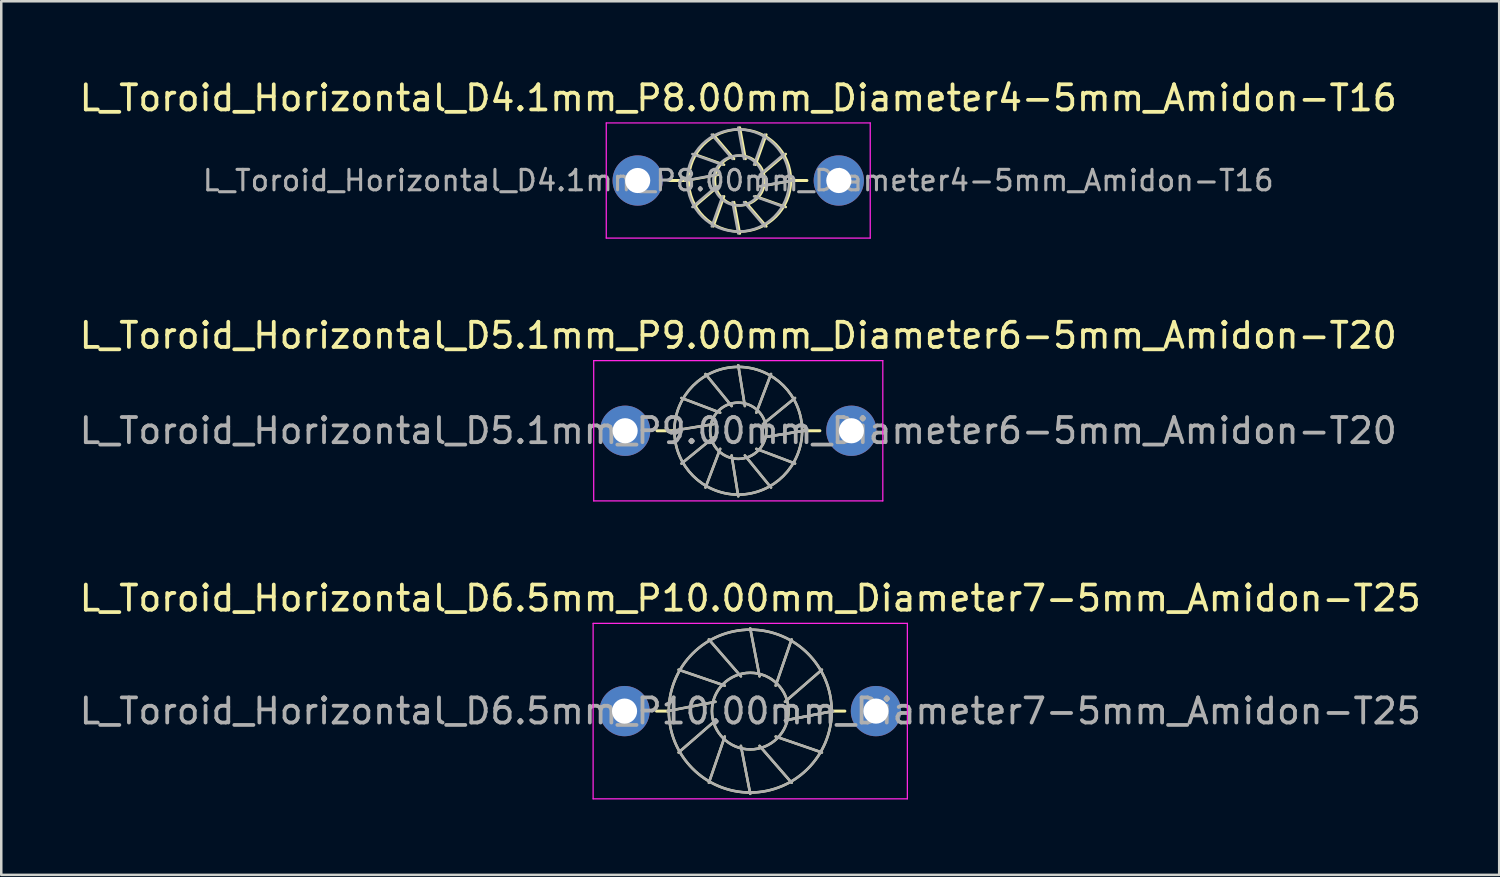
<source format=kicad_pcb>
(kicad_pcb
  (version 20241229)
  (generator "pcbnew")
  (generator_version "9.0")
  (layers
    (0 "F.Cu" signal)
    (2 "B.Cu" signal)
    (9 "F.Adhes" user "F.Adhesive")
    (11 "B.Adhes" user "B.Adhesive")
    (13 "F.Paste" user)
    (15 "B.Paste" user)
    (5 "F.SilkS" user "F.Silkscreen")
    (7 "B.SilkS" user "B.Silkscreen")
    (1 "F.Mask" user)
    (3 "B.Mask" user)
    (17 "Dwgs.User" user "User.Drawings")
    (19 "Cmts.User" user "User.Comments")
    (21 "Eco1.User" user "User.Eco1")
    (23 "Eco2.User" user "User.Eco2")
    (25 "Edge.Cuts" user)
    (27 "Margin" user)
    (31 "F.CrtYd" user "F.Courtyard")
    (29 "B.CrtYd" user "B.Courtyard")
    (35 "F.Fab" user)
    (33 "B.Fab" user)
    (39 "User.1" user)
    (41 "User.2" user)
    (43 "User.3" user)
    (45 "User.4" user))
  (footprint "L_Toroid_Horizontal_D6.5mm_P10.00mm_Diameter7-5mm_Amidon-T25"
    (layer "F.Cu")
    (at 21.792 25.235)
    (property "Reference" "L_Toroid_Horizontal_D6.5mm_P10.00mm_Diameter7-5mm_Amidon-T25" (at 5 -4.489 0) (layer "F.SilkS") (effects (font (size 1 1) (thickness 0.15))))
    (attr through_hole)
    (fp_line (start 1.27 0) (end 1.709 0.000305) (stroke (width 0.12) (type solid)) (layer "F.SilkS"))
    (fp_line (start 1.709 0.000305) (end 3.617 -0.371) (stroke (width 0.1) (type solid)) (layer "F.SilkS"))
    (fp_line (start 2.149 -1.645) (end 3.987 -1.013) (stroke (width 0.1) (type solid)) (layer "F.SilkS"))
    (fp_line (start 2.15 1.646) (end 3.617 0.371) (stroke (width 0.1) (type solid)) (layer "F.SilkS"))
    (fp_line (start 3.354 -2.85) (end 4.629 -1.383) (stroke (width 0.1) (type solid)) (layer "F.SilkS"))
    (fp_line (start 3.355 2.85) (end 3.987 1.013) (stroke (width 0.1) (type solid)) (layer "F.SilkS"))
    (fp_line (start 5 -3.291) (end 5.37 -1.383) (stroke (width 0.1) (type solid)) (layer "F.SilkS"))
    (fp_line (start 5 3.291) (end 4.629 1.383) (stroke (width 0.1) (type solid)) (layer "F.SilkS"))
    (fp_line (start 6.645 -2.851) (end 6.012 -1.013) (stroke (width 0.1) (type solid)) (layer "F.SilkS"))
    (fp_line (start 6.646 2.85) (end 5.371 1.383) (stroke (width 0.1) (type solid)) (layer "F.SilkS"))
    (fp_line (start 7.85 -1.646) (end 6.383 -0.371) (stroke (width 0.1) (type solid)) (layer "F.SilkS"))
    (fp_line (start 7.85 1.646) (end 6.013 1.013) (stroke (width 0.1) (type solid)) (layer "F.SilkS"))
    (fp_line (start 8.291 0) (end 6.383 0.371) (stroke (width 0.1) (type solid)) (layer "F.SilkS"))
    (fp_line (start 8.763 0) (end 8.291 0) (stroke (width 0.12) (type solid)) (layer "F.SilkS"))
    (fp_circle (center 5 0) (end 6.524 0) (stroke (width 0.1) (type solid)) (fill no) (layer "F.SilkS"))
    (fp_circle (center 5 0) (end 8.239 0) (stroke (width 0.1) (type solid)) (fill no) (layer "F.SilkS"))
    (fp_line (start -1.25 -3.49) (end -1.25 3.49) (stroke (width 0.05) (type solid)) (layer "F.CrtYd"))
    (fp_line (start -1.25 3.49) (end 11.25 3.49) (stroke (width 0.05) (type solid)) (layer "F.CrtYd"))
    (fp_line (start 11.25 -3.49) (end -1.25 -3.49) (stroke (width 0.05) (type solid)) (layer "F.CrtYd"))
    (fp_line (start 11.25 3.49) (end 11.25 -3.49) (stroke (width 0.05) (type solid)) (layer "F.CrtYd"))
    (fp_line (start 1.709 0.000305) (end 3.617 -0.371) (stroke (width 0.1) (type solid)) (layer "F.Fab"))
    (fp_line (start 2.149 -1.645) (end 3.987 -1.013) (stroke (width 0.1) (type solid)) (layer "F.Fab"))
    (fp_line (start 2.15 1.646) (end 3.617 0.371) (stroke (width 0.1) (type solid)) (layer "F.Fab"))
    (fp_line (start 3.354 -2.85) (end 4.629 -1.383) (stroke (width 0.1) (type solid)) (layer "F.Fab"))
    (fp_line (start 3.355 2.85) (end 3.987 1.013) (stroke (width 0.1) (type solid)) (layer "F.Fab"))
    (fp_line (start 5 -3.291) (end 5.37 -1.383) (stroke (width 0.1) (type solid)) (layer "F.Fab"))
    (fp_line (start 5 3.291) (end 4.629 1.383) (stroke (width 0.1) (type solid)) (layer "F.Fab"))
    (fp_line (start 6.645 -2.851) (end 6.012 -1.013) (stroke (width 0.1) (type solid)) (layer "F.Fab"))
    (fp_line (start 6.646 2.85) (end 5.371 1.383) (stroke (width 0.1) (type solid)) (layer "F.Fab"))
    (fp_line (start 7.85 -1.646) (end 6.383 -0.371) (stroke (width 0.1) (type solid)) (layer "F.Fab"))
    (fp_line (start 7.85 1.646) (end 6.013 1.013) (stroke (width 0.1) (type solid)) (layer "F.Fab"))
    (fp_line (start 8.291 -0.001) (end 6.383 0.37) (stroke (width 0.1) (type solid)) (layer "F.Fab"))
    (fp_line (start 8.291 0) (end 6.383 0.371) (stroke (width 0.1) (type solid)) (layer "F.Fab"))
    (fp_circle (center 5 0) (end 6.524 0) (stroke (width 0.1) (type solid)) (fill no) (layer "F.Fab"))
    (fp_circle (center 5 0) (end 8.239 0) (stroke (width 0.1) (type solid)) (fill no) (layer "F.Fab"))
    (fp_text user "${REFERENCE}" (at 5 0 0) (layer "F.Fab") (effects (font (size 1 1) (thickness 0.15))))
    (pad "1" thru_hole circle (at 0 0) (size 2 2) (drill 1) (layers "*.Cu" "*.Mask"))
    (pad "2" thru_hole circle (at 10 0) (size 2 2) (drill 1) (layers "*.Cu" "*.Mask")))
  (footprint "L_Toroid_Horizontal_D5.1mm_P9.00mm_Diameter6-5mm_Amidon-T20"
    (layer "F.Cu")
    (at 21.815 14.084)
    (property "Reference" "L_Toroid_Horizontal_D5.1mm_P9.00mm_Diameter6-5mm_Amidon-T20" (at 4.5 -3.79 0) (layer "F.SilkS") (effects (font (size 1 1) (thickness 0.15))))
    (attr through_hole)
    (fp_line (start 1.893 0.000242) (end 1.27 0) (stroke (width 0.12) (type solid)) (layer "F.SilkS"))
    (fp_line (start 1.893 0.000242) (end 3.517 -0.263) (stroke (width 0.1) (type solid)) (layer "F.SilkS"))
    (fp_line (start 2.242 -1.303) (end 3.78 -0.719) (stroke (width 0.1) (type solid)) (layer "F.SilkS"))
    (fp_line (start 2.243 1.304) (end 3.517 0.263) (stroke (width 0.1) (type solid)) (layer "F.SilkS"))
    (fp_line (start 3.196 -2.257) (end 4.237 -0.983) (stroke (width 0.1) (type solid)) (layer "F.SilkS"))
    (fp_line (start 3.197 2.258) (end 3.781 0.72) (stroke (width 0.1) (type solid)) (layer "F.SilkS"))
    (fp_line (start 4.5 -2.607) (end 4.763 -0.983) (stroke (width 0.1) (type solid)) (layer "F.SilkS"))
    (fp_line (start 4.5 2.607) (end 4.237 0.983) (stroke (width 0.1) (type solid)) (layer "F.SilkS"))
    (fp_line (start 5.803 -2.258) (end 5.219 -0.72) (stroke (width 0.1) (type solid)) (layer "F.SilkS"))
    (fp_line (start 5.803 2.258) (end 4.763 0.983) (stroke (width 0.1) (type solid)) (layer "F.SilkS"))
    (fp_line (start 6.757 -1.304) (end 5.483 -0.264) (stroke (width 0.1) (type solid)) (layer "F.SilkS"))
    (fp_line (start 6.758 1.303) (end 5.22 0.72) (stroke (width 0.1) (type solid)) (layer "F.SilkS"))
    (fp_line (start 7.107 0) (end 5.483 0.263) (stroke (width 0.1) (type solid)) (layer "F.SilkS"))
    (fp_line (start 7.112 0) (end 7.747 0) (stroke (width 0.12) (type solid)) (layer "F.SilkS"))
    (fp_circle (center 4.5 0) (end 5.618 0) (stroke (width 0.1) (type solid)) (fill no) (layer "F.SilkS"))
    (fp_circle (center 4.5 0) (end 7.04 0) (stroke (width 0.1) (type solid)) (fill no) (layer "F.SilkS"))
    (fp_line (start -1.25 -2.79) (end -1.25 2.79) (stroke (width 0.05) (type solid)) (layer "F.CrtYd"))
    (fp_line (start -1.25 2.79) (end 10.25 2.79) (stroke (width 0.05) (type solid)) (layer "F.CrtYd"))
    (fp_line (start 10.25 -2.79) (end -1.25 -2.79) (stroke (width 0.05) (type solid)) (layer "F.CrtYd"))
    (fp_line (start 10.25 2.79) (end 10.25 -2.79) (stroke (width 0.05) (type solid)) (layer "F.CrtYd"))
    (fp_line (start 1.893 0.000242) (end 3.517 -0.263) (stroke (width 0.1) (type solid)) (layer "F.Fab"))
    (fp_line (start 2.242 -1.303) (end 3.78 -0.719) (stroke (width 0.1) (type solid)) (layer "F.Fab"))
    (fp_line (start 2.243 1.304) (end 3.517 0.263) (stroke (width 0.1) (type solid)) (layer "F.Fab"))
    (fp_line (start 3.196 -2.257) (end 4.237 -0.983) (stroke (width 0.1) (type solid)) (layer "F.Fab"))
    (fp_line (start 3.197 2.258) (end 3.781 0.72) (stroke (width 0.1) (type solid)) (layer "F.Fab"))
    (fp_line (start 4.5 -2.607) (end 4.763 -0.983) (stroke (width 0.1) (type solid)) (layer "F.Fab"))
    (fp_line (start 4.5 2.607) (end 4.237 0.983) (stroke (width 0.1) (type solid)) (layer "F.Fab"))
    (fp_line (start 5.803 -2.258) (end 5.219 -0.72) (stroke (width 0.1) (type solid)) (layer "F.Fab"))
    (fp_line (start 5.803 2.258) (end 4.763 0.983) (stroke (width 0.1) (type solid)) (layer "F.Fab"))
    (fp_line (start 6.757 -1.304) (end 5.483 -0.264) (stroke (width 0.1) (type solid)) (layer "F.Fab"))
    (fp_line (start 6.758 1.303) (end 5.22 0.72) (stroke (width 0.1) (type solid)) (layer "F.Fab"))
    (fp_line (start 7.107 -0.000483) (end 5.483 0.263) (stroke (width 0.1) (type solid)) (layer "F.Fab"))
    (fp_line (start 7.107 0) (end 5.483 0.263) (stroke (width 0.1) (type solid)) (layer "F.Fab"))
    (fp_circle (center 4.5 0) (end 5.618 0) (stroke (width 0.1) (type solid)) (fill no) (layer "F.Fab"))
    (fp_circle (center 4.5 0) (end 7.04 0) (stroke (width 0.1) (type solid)) (fill no) (layer "F.Fab"))
    (fp_text user "${REFERENCE}" (at 4.5 0 0) (layer "F.Fab") (effects (font (size 1 1) (thickness 0.15))))
    (pad "1" thru_hole circle (at 0 0) (size 2 2) (drill 1) (layers "*.Cu" "*.Mask"))
    (pad "2" thru_hole circle (at 9 0) (size 2 2) (drill 1) (layers "*.Cu" "*.Mask")))
  (footprint "L_Toroid_Horizontal_D4.1mm_P8.00mm_Diameter4-5mm_Amidon-T16"
    (layer "F.Cu")
    (at 22.315 4.13)
    (property "Reference" "L_Toroid_Horizontal_D4.1mm_P8.00mm_Diameter4-5mm_Amidon-T16" (at 4 -3.282 0) (layer "F.SilkS") (effects (font (size 1 1) (thickness 0.15))))
    (attr through_hole)
    (fp_line (start 1.955 0.000195) (end 1.27 0) (stroke (width 0.12) (type solid)) (layer "F.SilkS"))
    (fp_line (start 1.955 0.000195) (end 3.206 -0.23) (stroke (width 0.1) (type solid)) (layer "F.SilkS"))
    (fp_line (start 2.237 -1.054) (end 3.436 -0.628) (stroke (width 0.1) (type solid)) (layer "F.SilkS"))
    (fp_line (start 2.238 1.055) (end 3.206 0.23) (stroke (width 0.1) (type solid)) (layer "F.SilkS"))
    (fp_line (start 3.009 -1.826) (end 3.834 -0.858) (stroke (width 0.1) (type solid)) (layer "F.SilkS"))
    (fp_line (start 3.01 1.826) (end 3.436 0.628) (stroke (width 0.1) (type solid)) (layer "F.SilkS"))
    (fp_line (start 4.064 -2.109) (end 4.294 -0.858) (stroke (width 0.1) (type solid)) (layer "F.SilkS"))
    (fp_line (start 4.064 2.109) (end 3.834 0.858) (stroke (width 0.1) (type solid)) (layer "F.SilkS"))
    (fp_line (start 5.118 -1.827) (end 4.692 -0.628) (stroke (width 0.1) (type solid)) (layer "F.SilkS"))
    (fp_line (start 5.119 1.826) (end 4.294 0.858) (stroke (width 0.1) (type solid)) (layer "F.SilkS"))
    (fp_line (start 5.89 -1.055) (end 4.922 -0.23) (stroke (width 0.1) (type solid)) (layer "F.SilkS"))
    (fp_line (start 5.89 1.054) (end 4.692 0.628) (stroke (width 0.1) (type solid)) (layer "F.SilkS"))
    (fp_line (start 6.173 0) (end 4.922 0.23) (stroke (width 0.1) (type solid)) (layer "F.SilkS"))
    (fp_line (start 6.173 0) (end 6.731 0) (stroke (width 0.12) (type solid)) (layer "F.SilkS"))
    (fp_circle (center 4.064 0) (end 5.055 0) (stroke (width 0.1) (type solid)) (fill no) (layer "F.SilkS"))
    (fp_circle (center 4.064 0) (end 6.096 0) (stroke (width 0.1) (type solid)) (fill no) (layer "F.SilkS"))
    (fp_line (start -1.25 -2.29) (end -1.25 2.29) (stroke (width 0.05) (type solid)) (layer "F.CrtYd"))
    (fp_line (start -1.25 2.29) (end 9.25 2.29) (stroke (width 0.05) (type solid)) (layer "F.CrtYd"))
    (fp_line (start 9.25 -2.29) (end -1.25 -2.29) (stroke (width 0.05) (type solid)) (layer "F.CrtYd"))
    (fp_line (start 9.25 2.29) (end 9.25 -2.29) (stroke (width 0.05) (type solid)) (layer "F.CrtYd"))
    (fp_line (start 1.891 0.000195) (end 3.142 -0.23) (stroke (width 0.1) (type solid)) (layer "F.Fab"))
    (fp_line (start 2.173 -1.054) (end 3.372 -0.628) (stroke (width 0.1) (type solid)) (layer "F.Fab"))
    (fp_line (start 2.174 1.055) (end 3.142 0.23) (stroke (width 0.1) (type solid)) (layer "F.Fab"))
    (fp_line (start 2.945 -1.826) (end 3.77 -0.858) (stroke (width 0.1) (type solid)) (layer "F.Fab"))
    (fp_line (start 2.946 1.826) (end 3.372 0.628) (stroke (width 0.1) (type solid)) (layer "F.Fab"))
    (fp_line (start 4 -2.109) (end 4.23 -0.858) (stroke (width 0.1) (type solid)) (layer "F.Fab"))
    (fp_line (start 4 2.109) (end 3.77 0.858) (stroke (width 0.1) (type solid)) (layer "F.Fab"))
    (fp_line (start 5.054 -1.827) (end 4.628 -0.628) (stroke (width 0.1) (type solid)) (layer "F.Fab"))
    (fp_line (start 5.055 1.826) (end 4.23 0.858) (stroke (width 0.1) (type solid)) (layer "F.Fab"))
    (fp_line (start 5.826 -1.055) (end 4.858 -0.23) (stroke (width 0.1) (type solid)) (layer "F.Fab"))
    (fp_line (start 5.826 1.054) (end 4.628 0.628) (stroke (width 0.1) (type solid)) (layer "F.Fab"))
    (fp_line (start 6.109 -0.000391) (end 4.858 0.23) (stroke (width 0.1) (type solid)) (layer "F.Fab"))
    (fp_line (start 6.109 0) (end 4.858 0.23) (stroke (width 0.1) (type solid)) (layer "F.Fab"))
    (fp_circle (center 4 0) (end 4.991 0) (stroke (width 0.1) (type solid)) (fill no) (layer "F.Fab"))
    (fp_circle (center 4 0) (end 6.032 0) (stroke (width 0.1) (type solid)) (fill no) (layer "F.Fab"))
    (fp_text user "${REFERENCE}" (at 4 0 0) (layer "F.Fab") (effects (font (size 0.813 0.813) (thickness 0.122))))
    (pad "1" thru_hole circle (at 0 0) (size 2 2) (drill 1) (layers "*.Cu" "*.Mask"))
    (pad "2" thru_hole circle (at 8 0) (size 2 2) (drill 1) (layers "*.Cu" "*.Mask")))
  (gr_rect
    (start -3 -3)
    (end 56.583 31.75)
    (stroke (width 0.1) (type default))
    (fill no)
    (layer "Edge.Cuts")))
</source>
